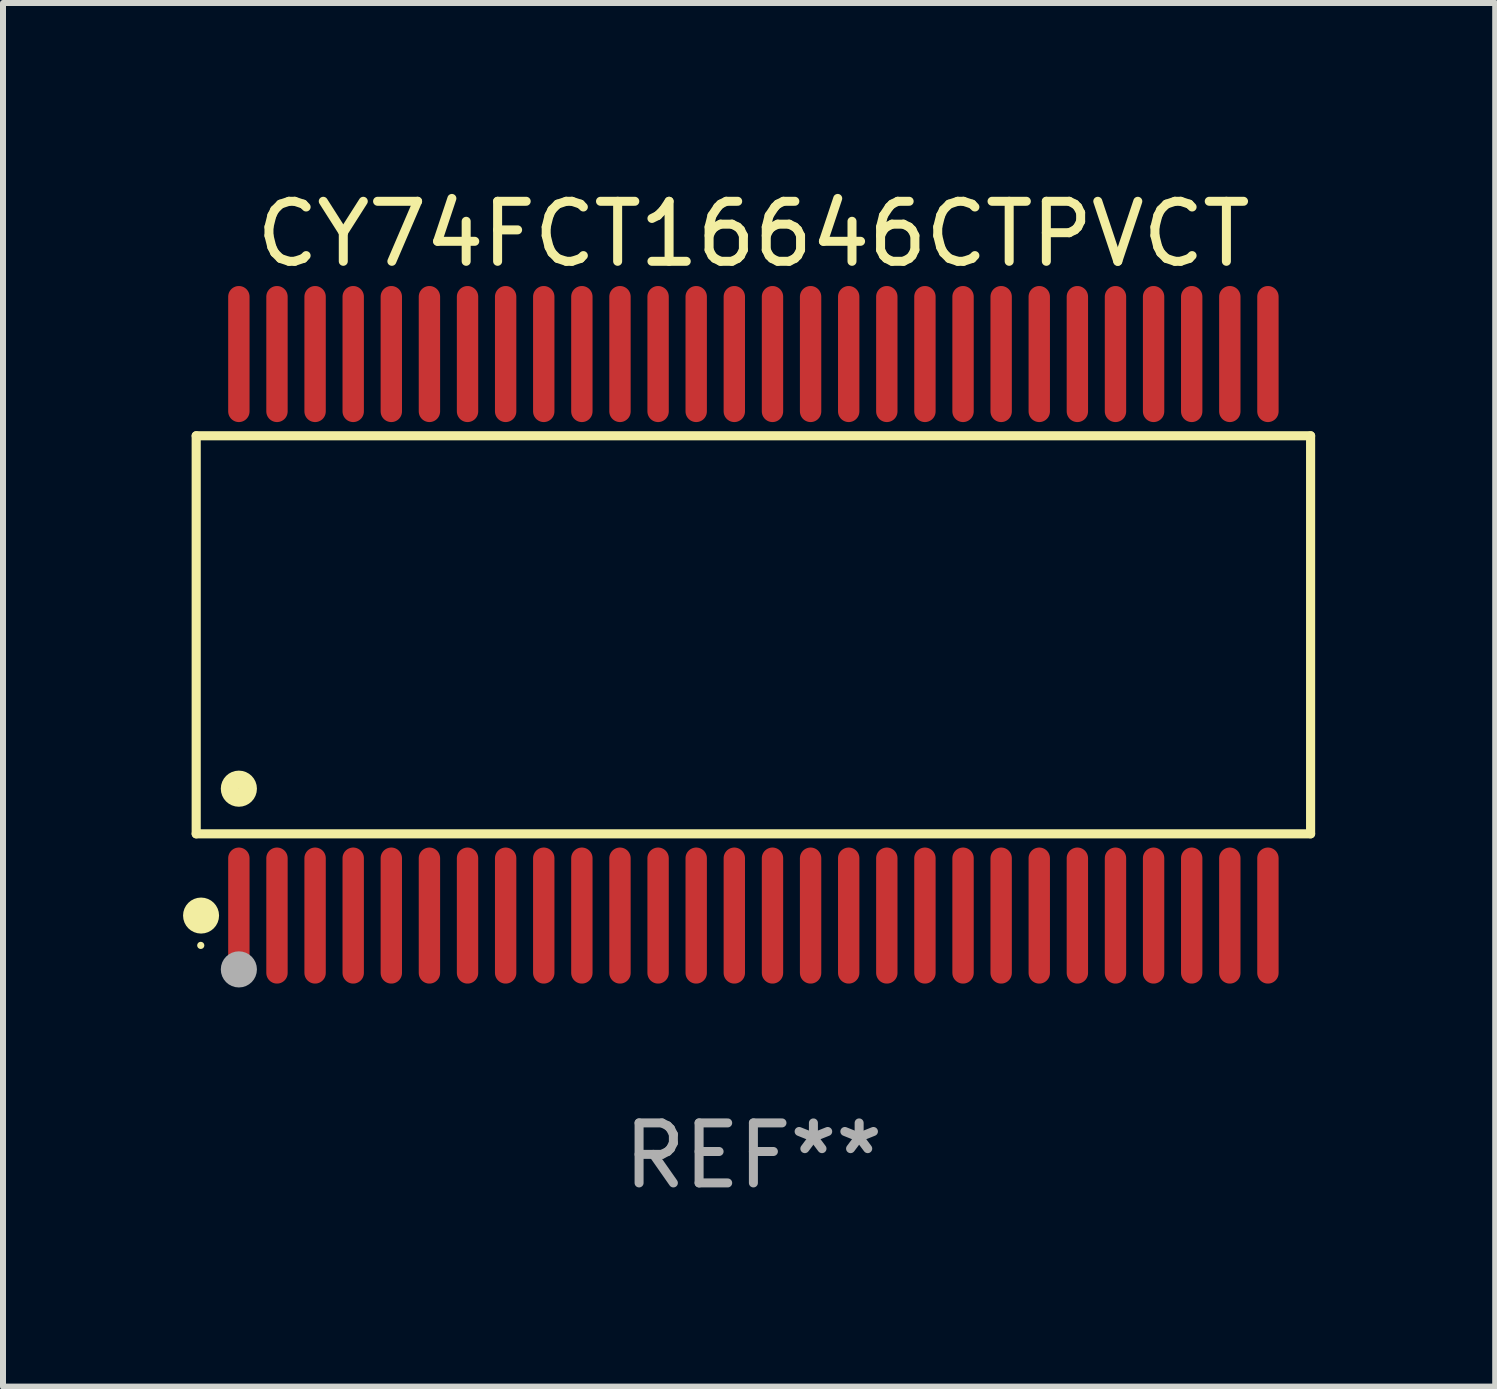
<source format=kicad_pcb>
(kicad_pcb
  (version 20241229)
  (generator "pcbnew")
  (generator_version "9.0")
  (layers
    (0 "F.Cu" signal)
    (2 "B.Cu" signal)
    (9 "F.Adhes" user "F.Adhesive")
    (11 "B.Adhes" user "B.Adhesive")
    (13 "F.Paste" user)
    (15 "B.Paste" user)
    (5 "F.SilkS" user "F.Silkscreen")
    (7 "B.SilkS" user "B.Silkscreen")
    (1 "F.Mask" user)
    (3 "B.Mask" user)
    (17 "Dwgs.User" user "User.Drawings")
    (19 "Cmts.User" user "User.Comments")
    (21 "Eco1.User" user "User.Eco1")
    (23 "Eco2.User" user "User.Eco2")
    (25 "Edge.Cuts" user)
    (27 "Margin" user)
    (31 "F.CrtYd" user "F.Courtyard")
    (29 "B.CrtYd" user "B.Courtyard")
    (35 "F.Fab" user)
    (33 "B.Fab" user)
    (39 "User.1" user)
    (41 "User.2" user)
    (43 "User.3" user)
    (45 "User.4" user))
  (footprint "CY74FCT16646CTPVCT"
    (layer "F.Cu")
    (at 9.503 7.527)
    (property "Reference" "CY74FCT16646CTPVCT" (at 0 -6.678 0) (layer "F.SilkS") (effects (font (size 1 1) (thickness 0.15))))
    (attr through_hole)
    (fp_line (start -9.284 -3.316) (end 9.284 -3.316) (stroke (width 0.152) (type solid)) (layer "F.SilkS"))
    (fp_line (start -9.284 3.316) (end -9.284 -3.316) (stroke (width 0.152) (type solid)) (layer "F.SilkS"))
    (fp_line (start 9.284 -3.316) (end 9.284 3.316) (stroke (width 0.152) (type solid)) (layer "F.SilkS"))
    (fp_line (start 9.284 3.316) (end -9.284 3.316) (stroke (width 0.152) (type solid)) (layer "F.SilkS"))
    (fp_circle (center -9.208 5.175) (end -9.178 5.175) (stroke (width 0.06) (type solid)) (fill no) (layer "F.SilkS"))
    (fp_circle (center -9.203 4.678) (end -9.053 4.678) (stroke (width 0.3) (type solid)) (fill no) (layer "F.SilkS"))
    (fp_circle (center -8.573 2.564) (end -8.422 2.564) (stroke (width 0.3) (type solid)) (fill no) (layer "F.SilkS"))
    (fp_circle (center -8.573 5.575) (end -8.422 5.575) (stroke (width 0.3) (type solid)) (fill no) (layer "F.Fab"))
    (fp_text user "REF**" (at 0 8.678 0) (layer "F.Fab") (effects (font (size 1 1) (thickness 0.15))))
    (pad "1" smd oval (at -8.573 4.678) (size 0.356 2.267) (layers "F.Cu" "F.Mask" "F.Paste"))
    (pad "2" smd oval (at -7.938 4.678) (size 0.356 2.267) (layers "F.Cu" "F.Mask" "F.Paste"))
    (pad "3" smd oval (at -7.303 4.678) (size 0.356 2.267) (layers "F.Cu" "F.Mask" "F.Paste"))
    (pad "4" smd oval (at -6.668 4.678) (size 0.356 2.267) (layers "F.Cu" "F.Mask" "F.Paste"))
    (pad "5" smd oval (at -6.033 4.678) (size 0.356 2.267) (layers "F.Cu" "F.Mask" "F.Paste"))
    (pad "6" smd oval (at -5.398 4.678) (size 0.356 2.267) (layers "F.Cu" "F.Mask" "F.Paste"))
    (pad "7" smd oval (at -4.763 4.678) (size 0.356 2.267) (layers "F.Cu" "F.Mask" "F.Paste"))
    (pad "8" smd oval (at -4.128 4.678) (size 0.356 2.267) (layers "F.Cu" "F.Mask" "F.Paste"))
    (pad "9" smd oval (at -3.493 4.678) (size 0.356 2.267) (layers "F.Cu" "F.Mask" "F.Paste"))
    (pad "10" smd oval (at -2.858 4.678) (size 0.356 2.267) (layers "F.Cu" "F.Mask" "F.Paste"))
    (pad "11" smd oval (at -2.223 4.678) (size 0.356 2.267) (layers "F.Cu" "F.Mask" "F.Paste"))
    (pad "12" smd oval (at -1.588 4.678) (size 0.356 2.267) (layers "F.Cu" "F.Mask" "F.Paste"))
    (pad "13" smd oval (at -0.953 4.678) (size 0.356 2.267) (layers "F.Cu" "F.Mask" "F.Paste"))
    (pad "14" smd oval (at -0.318 4.678) (size 0.356 2.267) (layers "F.Cu" "F.Mask" "F.Paste"))
    (pad "15" smd oval (at 0.318 4.678) (size 0.356 2.267) (layers "F.Cu" "F.Mask" "F.Paste"))
    (pad "16" smd oval (at 0.953 4.678) (size 0.356 2.267) (layers "F.Cu" "F.Mask" "F.Paste"))
    (pad "17" smd oval (at 1.588 4.678) (size 0.356 2.267) (layers "F.Cu" "F.Mask" "F.Paste"))
    (pad "18" smd oval (at 2.223 4.678) (size 0.356 2.267) (layers "F.Cu" "F.Mask" "F.Paste"))
    (pad "19" smd oval (at 2.858 4.678) (size 0.356 2.267) (layers "F.Cu" "F.Mask" "F.Paste"))
    (pad "20" smd oval (at 3.493 4.678) (size 0.356 2.267) (layers "F.Cu" "F.Mask" "F.Paste"))
    (pad "21" smd oval (at 4.128 4.678) (size 0.356 2.267) (layers "F.Cu" "F.Mask" "F.Paste"))
    (pad "22" smd oval (at 4.763 4.678) (size 0.356 2.267) (layers "F.Cu" "F.Mask" "F.Paste"))
    (pad "23" smd oval (at 5.398 4.678) (size 0.356 2.267) (layers "F.Cu" "F.Mask" "F.Paste"))
    (pad "24" smd oval (at 6.033 4.678) (size 0.356 2.267) (layers "F.Cu" "F.Mask" "F.Paste"))
    (pad "25" smd oval (at 6.668 4.678) (size 0.356 2.267) (layers "F.Cu" "F.Mask" "F.Paste"))
    (pad "26" smd oval (at 7.303 4.678) (size 0.356 2.267) (layers "F.Cu" "F.Mask" "F.Paste"))
    (pad "27" smd oval (at 7.938 4.678) (size 0.356 2.267) (layers "F.Cu" "F.Mask" "F.Paste"))
    (pad "28" smd oval (at 8.573 4.678) (size 0.356 2.267) (layers "F.Cu" "F.Mask" "F.Paste"))
    (pad "29" smd oval (at 8.573 -4.678) (size 0.356 2.267) (layers "F.Cu" "F.Mask" "F.Paste"))
    (pad "30" smd oval (at 7.938 -4.678) (size 0.356 2.267) (layers "F.Cu" "F.Mask" "F.Paste"))
    (pad "31" smd oval (at 7.303 -4.678) (size 0.356 2.267) (layers "F.Cu" "F.Mask" "F.Paste"))
    (pad "32" smd oval (at 6.668 -4.678) (size 0.356 2.267) (layers "F.Cu" "F.Mask" "F.Paste"))
    (pad "33" smd oval (at 6.033 -4.678) (size 0.356 2.267) (layers "F.Cu" "F.Mask" "F.Paste"))
    (pad "34" smd oval (at 5.398 -4.678) (size 0.356 2.267) (layers "F.Cu" "F.Mask" "F.Paste"))
    (pad "35" smd oval (at 4.763 -4.678) (size 0.356 2.267) (layers "F.Cu" "F.Mask" "F.Paste"))
    (pad "36" smd oval (at 4.128 -4.678) (size 0.356 2.267) (layers "F.Cu" "F.Mask" "F.Paste"))
    (pad "37" smd oval (at 3.493 -4.678) (size 0.356 2.267) (layers "F.Cu" "F.Mask" "F.Paste"))
    (pad "38" smd oval (at 2.858 -4.678) (size 0.356 2.267) (layers "F.Cu" "F.Mask" "F.Paste"))
    (pad "39" smd oval (at 2.223 -4.678) (size 0.356 2.267) (layers "F.Cu" "F.Mask" "F.Paste"))
    (pad "40" smd oval (at 1.588 -4.678) (size 0.356 2.267) (layers "F.Cu" "F.Mask" "F.Paste"))
    (pad "41" smd oval (at 0.953 -4.678) (size 0.356 2.267) (layers "F.Cu" "F.Mask" "F.Paste"))
    (pad "42" smd oval (at 0.318 -4.678) (size 0.356 2.267) (layers "F.Cu" "F.Mask" "F.Paste"))
    (pad "43" smd oval (at -0.318 -4.678) (size 0.356 2.267) (layers "F.Cu" "F.Mask" "F.Paste"))
    (pad "44" smd oval (at -0.953 -4.678) (size 0.356 2.267) (layers "F.Cu" "F.Mask" "F.Paste"))
    (pad "45" smd oval (at -1.588 -4.678) (size 0.356 2.267) (layers "F.Cu" "F.Mask" "F.Paste"))
    (pad "46" smd oval (at -2.223 -4.678) (size 0.356 2.267) (layers "F.Cu" "F.Mask" "F.Paste"))
    (pad "47" smd oval (at -2.858 -4.678) (size 0.356 2.267) (layers "F.Cu" "F.Mask" "F.Paste"))
    (pad "48" smd oval (at -3.493 -4.678) (size 0.356 2.267) (layers "F.Cu" "F.Mask" "F.Paste"))
    (pad "49" smd oval (at -4.128 -4.678) (size 0.356 2.267) (layers "F.Cu" "F.Mask" "F.Paste"))
    (pad "50" smd oval (at -4.763 -4.678) (size 0.356 2.267) (layers "F.Cu" "F.Mask" "F.Paste"))
    (pad "51" smd oval (at -5.398 -4.678) (size 0.356 2.267) (layers "F.Cu" "F.Mask" "F.Paste"))
    (pad "52" smd oval (at -6.033 -4.678) (size 0.356 2.267) (layers "F.Cu" "F.Mask" "F.Paste"))
    (pad "53" smd oval (at -6.668 -4.678) (size 0.356 2.267) (layers "F.Cu" "F.Mask" "F.Paste"))
    (pad "54" smd oval (at -7.303 -4.678) (size 0.356 2.267) (layers "F.Cu" "F.Mask" "F.Paste"))
    (pad "55" smd oval (at -7.938 -4.678) (size 0.356 2.267) (layers "F.Cu" "F.Mask" "F.Paste"))
    (pad "56" smd oval (at -8.573 -4.678) (size 0.356 2.267) (layers "F.Cu" "F.Mask" "F.Paste")))
  (gr_rect
    (start -3 -3)
    (end 21.863 20.053)
    (stroke (width 0.1) (type default))
    (fill no)
    (layer "Edge.Cuts")))
</source>
